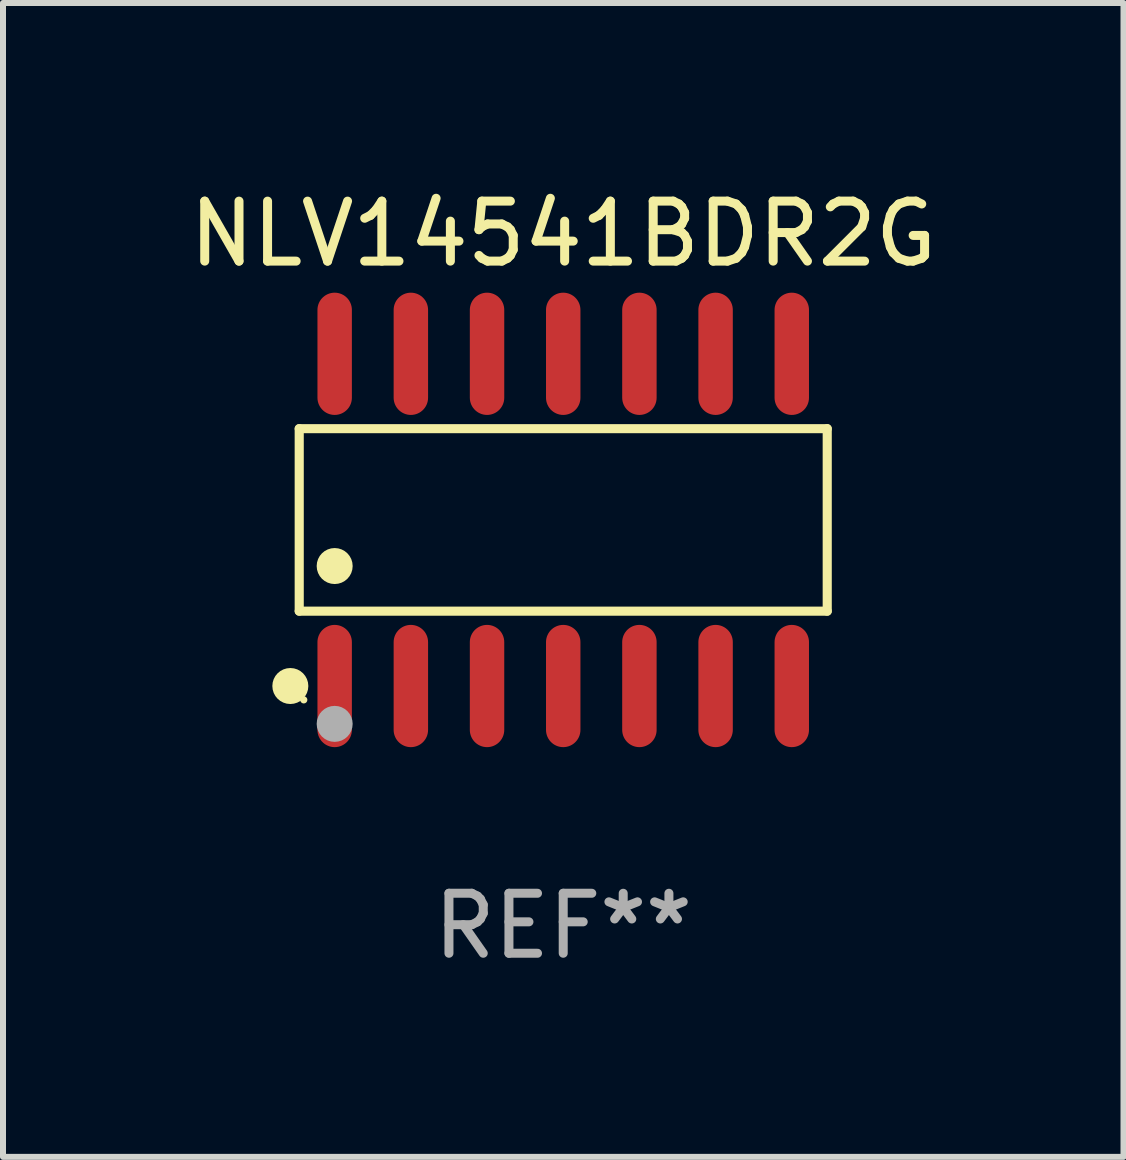
<source format=kicad_pcb>
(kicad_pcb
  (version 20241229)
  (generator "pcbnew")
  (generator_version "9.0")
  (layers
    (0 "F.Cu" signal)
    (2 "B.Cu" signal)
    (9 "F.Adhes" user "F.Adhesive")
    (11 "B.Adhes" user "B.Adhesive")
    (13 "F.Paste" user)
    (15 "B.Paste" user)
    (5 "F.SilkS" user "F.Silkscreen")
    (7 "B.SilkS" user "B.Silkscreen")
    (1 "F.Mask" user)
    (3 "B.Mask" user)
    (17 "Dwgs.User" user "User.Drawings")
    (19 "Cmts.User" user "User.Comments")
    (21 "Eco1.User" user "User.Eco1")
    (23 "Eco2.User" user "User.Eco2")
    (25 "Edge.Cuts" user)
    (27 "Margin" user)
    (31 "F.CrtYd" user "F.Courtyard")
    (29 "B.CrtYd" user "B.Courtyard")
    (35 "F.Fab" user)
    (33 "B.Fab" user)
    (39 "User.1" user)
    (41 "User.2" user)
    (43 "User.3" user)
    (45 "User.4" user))
  (footprint "NLV14541BDR2G"
    (layer "F.Cu")
    (at 6.339 5.617)
    (property "Reference" "NLV14541BDR2G" (at 0 -4.769 0) (layer "F.SilkS") (effects (font (size 1 1) (thickness 0.15))))
    (attr through_hole)
    (fp_line (start -4.401 -1.521) (end 4.401 -1.521) (stroke (width 0.152) (type solid)) (layer "F.SilkS"))
    (fp_line (start -4.401 1.521) (end -4.401 -1.521) (stroke (width 0.152) (type solid)) (layer "F.SilkS"))
    (fp_line (start 4.401 -1.521) (end 4.401 1.521) (stroke (width 0.152) (type solid)) (layer "F.SilkS"))
    (fp_line (start 4.401 1.521) (end -4.401 1.521) (stroke (width 0.152) (type solid)) (layer "F.SilkS"))
    (fp_circle (center -4.549 2.769) (end -4.399 2.769) (stroke (width 0.3) (type solid)) (fill no) (layer "F.SilkS"))
    (fp_circle (center -4.325 3) (end -4.295 3) (stroke (width 0.06) (type solid)) (fill no) (layer "F.SilkS"))
    (fp_circle (center -3.81 0.769) (end -3.66 0.769) (stroke (width 0.3) (type solid)) (fill no) (layer "F.SilkS"))
    (fp_circle (center -3.81 3.4) (end -3.66 3.4) (stroke (width 0.3) (type solid)) (fill no) (layer "F.Fab"))
    (fp_text user "REF**" (at 0 6.769 0) (layer "F.Fab") (effects (font (size 1 1) (thickness 0.15))))
    (pad "1" smd oval (at -3.81 2.769) (size 0.574 2.038) (layers "F.Cu" "F.Mask" "F.Paste"))
    (pad "2" smd oval (at -2.54 2.769) (size 0.574 2.038) (layers "F.Cu" "F.Mask" "F.Paste"))
    (pad "3" smd oval (at -1.27 2.769) (size 0.574 2.038) (layers "F.Cu" "F.Mask" "F.Paste"))
    (pad "4" smd oval (at 0 2.769) (size 0.574 2.038) (layers "F.Cu" "F.Mask" "F.Paste"))
    (pad "5" smd oval (at 1.27 2.769) (size 0.574 2.038) (layers "F.Cu" "F.Mask" "F.Paste"))
    (pad "6" smd oval (at 2.54 2.769) (size 0.574 2.038) (layers "F.Cu" "F.Mask" "F.Paste"))
    (pad "7" smd oval (at 3.81 2.769) (size 0.574 2.038) (layers "F.Cu" "F.Mask" "F.Paste"))
    (pad "8" smd oval (at 3.81 -2.769) (size 0.574 2.038) (layers "F.Cu" "F.Mask" "F.Paste"))
    (pad "9" smd oval (at 2.54 -2.769) (size 0.574 2.038) (layers "F.Cu" "F.Mask" "F.Paste"))
    (pad "10" smd oval (at 1.27 -2.769) (size 0.574 2.038) (layers "F.Cu" "F.Mask" "F.Paste"))
    (pad "11" smd oval (at 0 -2.769) (size 0.574 2.038) (layers "F.Cu" "F.Mask" "F.Paste"))
    (pad "12" smd oval (at -1.27 -2.769) (size 0.574 2.038) (layers "F.Cu" "F.Mask" "F.Paste"))
    (pad "13" smd oval (at -2.54 -2.769) (size 0.574 2.038) (layers "F.Cu" "F.Mask" "F.Paste"))
    (pad "14" smd oval (at -3.81 -2.769) (size 0.574 2.038) (layers "F.Cu" "F.Mask" "F.Paste")))
  (gr_rect
    (start -3 -3)
    (end 15.679 16.235)
    (stroke (width 0.1) (type default))
    (fill no)
    (layer "Edge.Cuts")))
</source>
